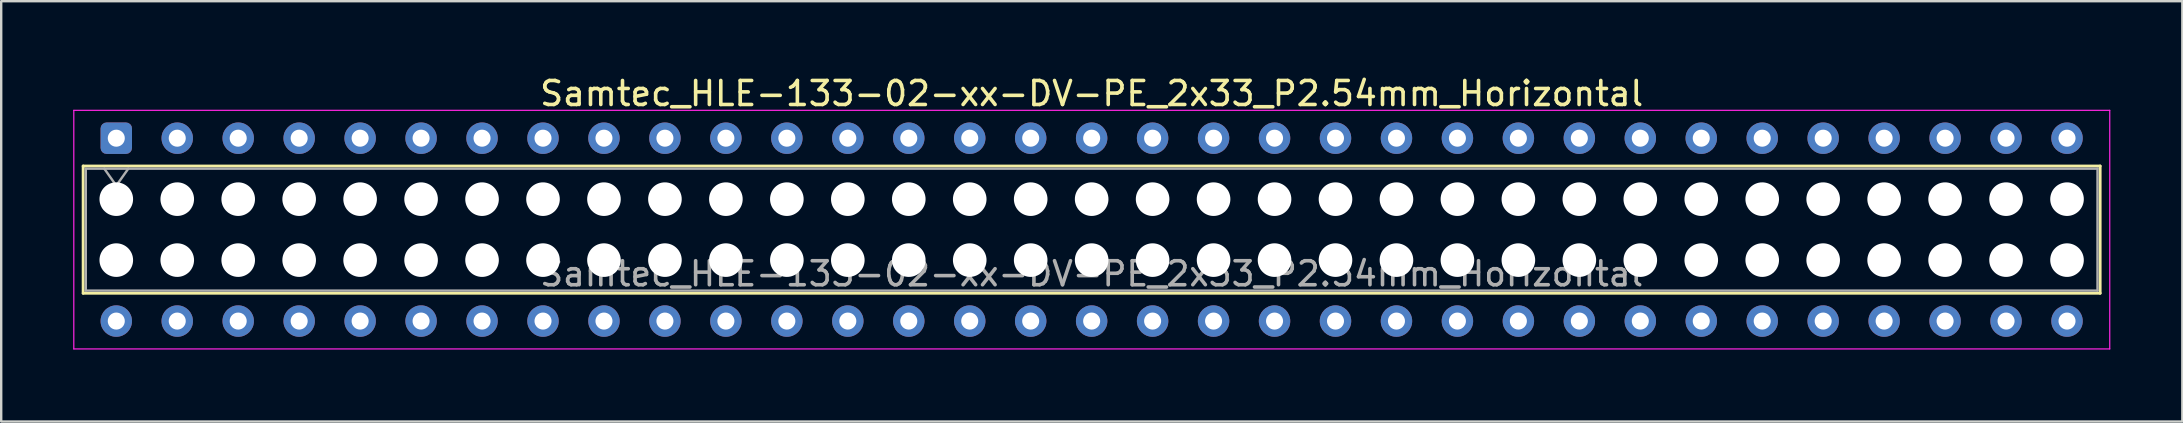
<source format=kicad_pcb>
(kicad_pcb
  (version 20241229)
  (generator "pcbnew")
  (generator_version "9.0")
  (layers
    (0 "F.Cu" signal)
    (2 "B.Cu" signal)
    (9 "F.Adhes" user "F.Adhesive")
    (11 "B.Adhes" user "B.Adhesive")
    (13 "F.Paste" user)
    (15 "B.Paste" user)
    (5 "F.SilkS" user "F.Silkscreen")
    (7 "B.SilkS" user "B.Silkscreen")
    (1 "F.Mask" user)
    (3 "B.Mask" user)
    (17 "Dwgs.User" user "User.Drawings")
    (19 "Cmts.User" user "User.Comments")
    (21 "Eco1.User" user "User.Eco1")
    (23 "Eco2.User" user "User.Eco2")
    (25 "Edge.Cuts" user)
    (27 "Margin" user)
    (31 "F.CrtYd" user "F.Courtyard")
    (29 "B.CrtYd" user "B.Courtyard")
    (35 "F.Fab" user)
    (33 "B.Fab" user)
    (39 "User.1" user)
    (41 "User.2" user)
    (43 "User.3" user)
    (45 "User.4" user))
  (footprint "Samtec_HLE-133-02-xx-DV-PE_2x33_P2.54mm_Horizontal"
    (layer "F.Cu")
    (at 1.795 2.708)
    (property "Reference" "Samtec_HLE-133-02-xx-DV-PE_2x33_P2.54mm_Horizontal" (at 40.64 -1.86 0) (layer "F.SilkS") (effects (font (size 1 1) (thickness 0.15))))
    (attr through_hole)
    (fp_line (start -1.38 1.16) (end 82.66 1.16) (stroke (width 0.12) (type solid)) (layer "F.SilkS"))
    (fp_line (start -1.38 6.46) (end -1.38 1.16) (stroke (width 0.12) (type solid)) (layer "F.SilkS"))
    (fp_line (start 82.66 1.16) (end 82.66 6.46) (stroke (width 0.12) (type solid)) (layer "F.SilkS"))
    (fp_line (start 82.66 6.46) (end -1.38 6.46) (stroke (width 0.12) (type solid)) (layer "F.SilkS"))
    (fp_line (start -1.77 -1.16) (end 83.06 -1.16) (stroke (width 0.05) (type solid)) (layer "F.CrtYd"))
    (fp_line (start -1.77 8.78) (end -1.77 -1.16) (stroke (width 0.05) (type solid)) (layer "F.CrtYd"))
    (fp_line (start 83.06 -1.16) (end 83.06 8.78) (stroke (width 0.05) (type solid)) (layer "F.CrtYd"))
    (fp_line (start 83.06 8.78) (end -1.77 8.78) (stroke (width 0.05) (type solid)) (layer "F.CrtYd"))
    (fp_line (start -1.27 1.27) (end 82.55 1.27) (stroke (width 0.1) (type solid)) (layer "F.Fab"))
    (fp_line (start -1.27 6.35) (end -1.27 1.27) (stroke (width 0.1) (type solid)) (layer "F.Fab"))
    (fp_line (start -0.5 1.27) (end 0 1.977) (stroke (width 0.1) (type solid)) (layer "F.Fab"))
    (fp_line (start 0 1.977) (end 0.5 1.27) (stroke (width 0.1) (type solid)) (layer "F.Fab"))
    (fp_line (start 82.55 1.27) (end 82.55 6.35) (stroke (width 0.1) (type solid)) (layer "F.Fab"))
    (fp_line (start 82.55 6.35) (end -1.27 6.35) (stroke (width 0.1) (type solid)) (layer "F.Fab"))
    (fp_text user "${REFERENCE}" (at 40.64 5.65 0) (layer "F.Fab") (effects (font (size 1 1) (thickness 0.15))))
    (pad "" np_thru_hole circle (at 0 2.54) (size 1.4 1.4) (drill 1.4) (layers "*.Cu" "*.Mask"))
    (pad "" np_thru_hole circle (at 0 5.08) (size 1.4 1.4) (drill 1.4) (layers "*.Cu" "*.Mask"))
    (pad "" np_thru_hole circle (at 2.54 2.54) (size 1.4 1.4) (drill 1.4) (layers "*.Cu" "*.Mask"))
    (pad "" np_thru_hole circle (at 2.54 5.08) (size 1.4 1.4) (drill 1.4) (layers "*.Cu" "*.Mask"))
    (pad "" np_thru_hole circle (at 5.08 2.54) (size 1.4 1.4) (drill 1.4) (layers "*.Cu" "*.Mask"))
    (pad "" np_thru_hole circle (at 5.08 5.08) (size 1.4 1.4) (drill 1.4) (layers "*.Cu" "*.Mask"))
    (pad "" np_thru_hole circle (at 7.62 2.54) (size 1.4 1.4) (drill 1.4) (layers "*.Cu" "*.Mask"))
    (pad "" np_thru_hole circle (at 7.62 5.08) (size 1.4 1.4) (drill 1.4) (layers "*.Cu" "*.Mask"))
    (pad "" np_thru_hole circle (at 10.16 2.54) (size 1.4 1.4) (drill 1.4) (layers "*.Cu" "*.Mask"))
    (pad "" np_thru_hole circle (at 10.16 5.08) (size 1.4 1.4) (drill 1.4) (layers "*.Cu" "*.Mask"))
    (pad "" np_thru_hole circle (at 12.7 2.54) (size 1.4 1.4) (drill 1.4) (layers "*.Cu" "*.Mask"))
    (pad "" np_thru_hole circle (at 12.7 5.08) (size 1.4 1.4) (drill 1.4) (layers "*.Cu" "*.Mask"))
    (pad "" np_thru_hole circle (at 15.24 2.54) (size 1.4 1.4) (drill 1.4) (layers "*.Cu" "*.Mask"))
    (pad "" np_thru_hole circle (at 15.24 5.08) (size 1.4 1.4) (drill 1.4) (layers "*.Cu" "*.Mask"))
    (pad "" np_thru_hole circle (at 17.78 2.54) (size 1.4 1.4) (drill 1.4) (layers "*.Cu" "*.Mask"))
    (pad "" np_thru_hole circle (at 17.78 5.08) (size 1.4 1.4) (drill 1.4) (layers "*.Cu" "*.Mask"))
    (pad "" np_thru_hole circle (at 20.32 2.54) (size 1.4 1.4) (drill 1.4) (layers "*.Cu" "*.Mask"))
    (pad "" np_thru_hole circle (at 20.32 5.08) (size 1.4 1.4) (drill 1.4) (layers "*.Cu" "*.Mask"))
    (pad "" np_thru_hole circle (at 22.86 2.54) (size 1.4 1.4) (drill 1.4) (layers "*.Cu" "*.Mask"))
    (pad "" np_thru_hole circle (at 22.86 5.08) (size 1.4 1.4) (drill 1.4) (layers "*.Cu" "*.Mask"))
    (pad "" np_thru_hole circle (at 25.4 2.54) (size 1.4 1.4) (drill 1.4) (layers "*.Cu" "*.Mask"))
    (pad "" np_thru_hole circle (at 25.4 5.08) (size 1.4 1.4) (drill 1.4) (layers "*.Cu" "*.Mask"))
    (pad "" np_thru_hole circle (at 27.94 2.54) (size 1.4 1.4) (drill 1.4) (layers "*.Cu" "*.Mask"))
    (pad "" np_thru_hole circle (at 27.94 5.08) (size 1.4 1.4) (drill 1.4) (layers "*.Cu" "*.Mask"))
    (pad "" np_thru_hole circle (at 30.48 2.54) (size 1.4 1.4) (drill 1.4) (layers "*.Cu" "*.Mask"))
    (pad "" np_thru_hole circle (at 30.48 5.08) (size 1.4 1.4) (drill 1.4) (layers "*.Cu" "*.Mask"))
    (pad "" np_thru_hole circle (at 33.02 2.54) (size 1.4 1.4) (drill 1.4) (layers "*.Cu" "*.Mask"))
    (pad "" np_thru_hole circle (at 33.02 5.08) (size 1.4 1.4) (drill 1.4) (layers "*.Cu" "*.Mask"))
    (pad "" np_thru_hole circle (at 35.56 2.54) (size 1.4 1.4) (drill 1.4) (layers "*.Cu" "*.Mask"))
    (pad "" np_thru_hole circle (at 35.56 5.08) (size 1.4 1.4) (drill 1.4) (layers "*.Cu" "*.Mask"))
    (pad "" np_thru_hole circle (at 38.1 2.54) (size 1.4 1.4) (drill 1.4) (layers "*.Cu" "*.Mask"))
    (pad "" np_thru_hole circle (at 38.1 5.08) (size 1.4 1.4) (drill 1.4) (layers "*.Cu" "*.Mask"))
    (pad "" np_thru_hole circle (at 40.64 2.54) (size 1.4 1.4) (drill 1.4) (layers "*.Cu" "*.Mask"))
    (pad "" np_thru_hole circle (at 40.64 5.08) (size 1.4 1.4) (drill 1.4) (layers "*.Cu" "*.Mask"))
    (pad "" np_thru_hole circle (at 43.18 2.54) (size 1.4 1.4) (drill 1.4) (layers "*.Cu" "*.Mask"))
    (pad "" np_thru_hole circle (at 43.18 5.08) (size 1.4 1.4) (drill 1.4) (layers "*.Cu" "*.Mask"))
    (pad "" np_thru_hole circle (at 45.72 2.54) (size 1.4 1.4) (drill 1.4) (layers "*.Cu" "*.Mask"))
    (pad "" np_thru_hole circle (at 45.72 5.08) (size 1.4 1.4) (drill 1.4) (layers "*.Cu" "*.Mask"))
    (pad "" np_thru_hole circle (at 48.26 2.54) (size 1.4 1.4) (drill 1.4) (layers "*.Cu" "*.Mask"))
    (pad "" np_thru_hole circle (at 48.26 5.08) (size 1.4 1.4) (drill 1.4) (layers "*.Cu" "*.Mask"))
    (pad "" np_thru_hole circle (at 50.8 2.54) (size 1.4 1.4) (drill 1.4) (layers "*.Cu" "*.Mask"))
    (pad "" np_thru_hole circle (at 50.8 5.08) (size 1.4 1.4) (drill 1.4) (layers "*.Cu" "*.Mask"))
    (pad "" np_thru_hole circle (at 53.34 2.54) (size 1.4 1.4) (drill 1.4) (layers "*.Cu" "*.Mask"))
    (pad "" np_thru_hole circle (at 53.34 5.08) (size 1.4 1.4) (drill 1.4) (layers "*.Cu" "*.Mask"))
    (pad "" np_thru_hole circle (at 55.88 2.54) (size 1.4 1.4) (drill 1.4) (layers "*.Cu" "*.Mask"))
    (pad "" np_thru_hole circle (at 55.88 5.08) (size 1.4 1.4) (drill 1.4) (layers "*.Cu" "*.Mask"))
    (pad "" np_thru_hole circle (at 58.42 2.54) (size 1.4 1.4) (drill 1.4) (layers "*.Cu" "*.Mask"))
    (pad "" np_thru_hole circle (at 58.42 5.08) (size 1.4 1.4) (drill 1.4) (layers "*.Cu" "*.Mask"))
    (pad "" np_thru_hole circle (at 60.96 2.54) (size 1.4 1.4) (drill 1.4) (layers "*.Cu" "*.Mask"))
    (pad "" np_thru_hole circle (at 60.96 5.08) (size 1.4 1.4) (drill 1.4) (layers "*.Cu" "*.Mask"))
    (pad "" np_thru_hole circle (at 63.5 2.54) (size 1.4 1.4) (drill 1.4) (layers "*.Cu" "*.Mask"))
    (pad "" np_thru_hole circle (at 63.5 5.08) (size 1.4 1.4) (drill 1.4) (layers "*.Cu" "*.Mask"))
    (pad "" np_thru_hole circle (at 66.04 2.54) (size 1.4 1.4) (drill 1.4) (layers "*.Cu" "*.Mask"))
    (pad "" np_thru_hole circle (at 66.04 5.08) (size 1.4 1.4) (drill 1.4) (layers "*.Cu" "*.Mask"))
    (pad "" np_thru_hole circle (at 68.58 2.54) (size 1.4 1.4) (drill 1.4) (layers "*.Cu" "*.Mask"))
    (pad "" np_thru_hole circle (at 68.58 5.08) (size 1.4 1.4) (drill 1.4) (layers "*.Cu" "*.Mask"))
    (pad "" np_thru_hole circle (at 71.12 2.54) (size 1.4 1.4) (drill 1.4) (layers "*.Cu" "*.Mask"))
    (pad "" np_thru_hole circle (at 71.12 5.08) (size 1.4 1.4) (drill 1.4) (layers "*.Cu" "*.Mask"))
    (pad "" np_thru_hole circle (at 73.66 2.54) (size 1.4 1.4) (drill 1.4) (layers "*.Cu" "*.Mask"))
    (pad "" np_thru_hole circle (at 73.66 5.08) (size 1.4 1.4) (drill 1.4) (layers "*.Cu" "*.Mask"))
    (pad "" np_thru_hole circle (at 76.2 2.54) (size 1.4 1.4) (drill 1.4) (layers "*.Cu" "*.Mask"))
    (pad "" np_thru_hole circle (at 76.2 5.08) (size 1.4 1.4) (drill 1.4) (layers "*.Cu" "*.Mask"))
    (pad "" np_thru_hole circle (at 78.74 2.54) (size 1.4 1.4) (drill 1.4) (layers "*.Cu" "*.Mask"))
    (pad "" np_thru_hole circle (at 78.74 5.08) (size 1.4 1.4) (drill 1.4) (layers "*.Cu" "*.Mask"))
    (pad "" np_thru_hole circle (at 81.28 2.54) (size 1.4 1.4) (drill 1.4) (layers "*.Cu" "*.Mask"))
    (pad "" np_thru_hole circle (at 81.28 5.08) (size 1.4 1.4) (drill 1.4) (layers "*.Cu" "*.Mask"))
    (pad "1" thru_hole roundrect (at 0 0) (size 1.31 1.31) (drill 0.71) (layers "*.Cu" "*.Mask") (roundrect_rratio 0.191))
    (pad "2" thru_hole circle (at 0 7.62) (size 1.31 1.31) (drill 0.71) (layers "*.Cu" "*.Mask"))
    (pad "3" thru_hole circle (at 2.54 0) (size 1.31 1.31) (drill 0.71) (layers "*.Cu" "*.Mask"))
    (pad "4" thru_hole circle (at 2.54 7.62) (size 1.31 1.31) (drill 0.71) (layers "*.Cu" "*.Mask"))
    (pad "5" thru_hole circle (at 5.08 0) (size 1.31 1.31) (drill 0.71) (layers "*.Cu" "*.Mask"))
    (pad "6" thru_hole circle (at 5.08 7.62) (size 1.31 1.31) (drill 0.71) (layers "*.Cu" "*.Mask"))
    (pad "7" thru_hole circle (at 7.62 0) (size 1.31 1.31) (drill 0.71) (layers "*.Cu" "*.Mask"))
    (pad "8" thru_hole circle (at 7.62 7.62) (size 1.31 1.31) (drill 0.71) (layers "*.Cu" "*.Mask"))
    (pad "9" thru_hole circle (at 10.16 0) (size 1.31 1.31) (drill 0.71) (layers "*.Cu" "*.Mask"))
    (pad "10" thru_hole circle (at 10.16 7.62) (size 1.31 1.31) (drill 0.71) (layers "*.Cu" "*.Mask"))
    (pad "11" thru_hole circle (at 12.7 0) (size 1.31 1.31) (drill 0.71) (layers "*.Cu" "*.Mask"))
    (pad "12" thru_hole circle (at 12.7 7.62) (size 1.31 1.31) (drill 0.71) (layers "*.Cu" "*.Mask"))
    (pad "13" thru_hole circle (at 15.24 0) (size 1.31 1.31) (drill 0.71) (layers "*.Cu" "*.Mask"))
    (pad "14" thru_hole circle (at 15.24 7.62) (size 1.31 1.31) (drill 0.71) (layers "*.Cu" "*.Mask"))
    (pad "15" thru_hole circle (at 17.78 0) (size 1.31 1.31) (drill 0.71) (layers "*.Cu" "*.Mask"))
    (pad "16" thru_hole circle (at 17.78 7.62) (size 1.31 1.31) (drill 0.71) (layers "*.Cu" "*.Mask"))
    (pad "17" thru_hole circle (at 20.32 0) (size 1.31 1.31) (drill 0.71) (layers "*.Cu" "*.Mask"))
    (pad "18" thru_hole circle (at 20.32 7.62) (size 1.31 1.31) (drill 0.71) (layers "*.Cu" "*.Mask"))
    (pad "19" thru_hole circle (at 22.86 0) (size 1.31 1.31) (drill 0.71) (layers "*.Cu" "*.Mask"))
    (pad "20" thru_hole circle (at 22.86 7.62) (size 1.31 1.31) (drill 0.71) (layers "*.Cu" "*.Mask"))
    (pad "21" thru_hole circle (at 25.4 0) (size 1.31 1.31) (drill 0.71) (layers "*.Cu" "*.Mask"))
    (pad "22" thru_hole circle (at 25.4 7.62) (size 1.31 1.31) (drill 0.71) (layers "*.Cu" "*.Mask"))
    (pad "23" thru_hole circle (at 27.94 0) (size 1.31 1.31) (drill 0.71) (layers "*.Cu" "*.Mask"))
    (pad "24" thru_hole circle (at 27.94 7.62) (size 1.31 1.31) (drill 0.71) (layers "*.Cu" "*.Mask"))
    (pad "25" thru_hole circle (at 30.48 0) (size 1.31 1.31) (drill 0.71) (layers "*.Cu" "*.Mask"))
    (pad "26" thru_hole circle (at 30.48 7.62) (size 1.31 1.31) (drill 0.71) (layers "*.Cu" "*.Mask"))
    (pad "27" thru_hole circle (at 33.02 0) (size 1.31 1.31) (drill 0.71) (layers "*.Cu" "*.Mask"))
    (pad "28" thru_hole circle (at 33.02 7.62) (size 1.31 1.31) (drill 0.71) (layers "*.Cu" "*.Mask"))
    (pad "29" thru_hole circle (at 35.56 0) (size 1.31 1.31) (drill 0.71) (layers "*.Cu" "*.Mask"))
    (pad "30" thru_hole circle (at 35.56 7.62) (size 1.31 1.31) (drill 0.71) (layers "*.Cu" "*.Mask"))
    (pad "31" thru_hole circle (at 38.1 0) (size 1.31 1.31) (drill 0.71) (layers "*.Cu" "*.Mask"))
    (pad "32" thru_hole circle (at 38.1 7.62) (size 1.31 1.31) (drill 0.71) (layers "*.Cu" "*.Mask"))
    (pad "33" thru_hole circle (at 40.64 0) (size 1.31 1.31) (drill 0.71) (layers "*.Cu" "*.Mask"))
    (pad "34" thru_hole circle (at 40.64 7.62) (size 1.31 1.31) (drill 0.71) (layers "*.Cu" "*.Mask"))
    (pad "35" thru_hole circle (at 43.18 0) (size 1.31 1.31) (drill 0.71) (layers "*.Cu" "*.Mask"))
    (pad "36" thru_hole circle (at 43.18 7.62) (size 1.31 1.31) (drill 0.71) (layers "*.Cu" "*.Mask"))
    (pad "37" thru_hole circle (at 45.72 0) (size 1.31 1.31) (drill 0.71) (layers "*.Cu" "*.Mask"))
    (pad "38" thru_hole circle (at 45.72 7.62) (size 1.31 1.31) (drill 0.71) (layers "*.Cu" "*.Mask"))
    (pad "39" thru_hole circle (at 48.26 0) (size 1.31 1.31) (drill 0.71) (layers "*.Cu" "*.Mask"))
    (pad "40" thru_hole circle (at 48.26 7.62) (size 1.31 1.31) (drill 0.71) (layers "*.Cu" "*.Mask"))
    (pad "41" thru_hole circle (at 50.8 0) (size 1.31 1.31) (drill 0.71) (layers "*.Cu" "*.Mask"))
    (pad "42" thru_hole circle (at 50.8 7.62) (size 1.31 1.31) (drill 0.71) (layers "*.Cu" "*.Mask"))
    (pad "43" thru_hole circle (at 53.34 0) (size 1.31 1.31) (drill 0.71) (layers "*.Cu" "*.Mask"))
    (pad "44" thru_hole circle (at 53.34 7.62) (size 1.31 1.31) (drill 0.71) (layers "*.Cu" "*.Mask"))
    (pad "45" thru_hole circle (at 55.88 0) (size 1.31 1.31) (drill 0.71) (layers "*.Cu" "*.Mask"))
    (pad "46" thru_hole circle (at 55.88 7.62) (size 1.31 1.31) (drill 0.71) (layers "*.Cu" "*.Mask"))
    (pad "47" thru_hole circle (at 58.42 0) (size 1.31 1.31) (drill 0.71) (layers "*.Cu" "*.Mask"))
    (pad "48" thru_hole circle (at 58.42 7.62) (size 1.31 1.31) (drill 0.71) (layers "*.Cu" "*.Mask"))
    (pad "49" thru_hole circle (at 60.96 0) (size 1.31 1.31) (drill 0.71) (layers "*.Cu" "*.Mask"))
    (pad "50" thru_hole circle (at 60.96 7.62) (size 1.31 1.31) (drill 0.71) (layers "*.Cu" "*.Mask"))
    (pad "51" thru_hole circle (at 63.5 0) (size 1.31 1.31) (drill 0.71) (layers "*.Cu" "*.Mask"))
    (pad "52" thru_hole circle (at 63.5 7.62) (size 1.31 1.31) (drill 0.71) (layers "*.Cu" "*.Mask"))
    (pad "53" thru_hole circle (at 66.04 0) (size 1.31 1.31) (drill 0.71) (layers "*.Cu" "*.Mask"))
    (pad "54" thru_hole circle (at 66.04 7.62) (size 1.31 1.31) (drill 0.71) (layers "*.Cu" "*.Mask"))
    (pad "55" thru_hole circle (at 68.58 0) (size 1.31 1.31) (drill 0.71) (layers "*.Cu" "*.Mask"))
    (pad "56" thru_hole circle (at 68.58 7.62) (size 1.31 1.31) (drill 0.71) (layers "*.Cu" "*.Mask"))
    (pad "57" thru_hole circle (at 71.12 0) (size 1.31 1.31) (drill 0.71) (layers "*.Cu" "*.Mask"))
    (pad "58" thru_hole circle (at 71.12 7.62) (size 1.31 1.31) (drill 0.71) (layers "*.Cu" "*.Mask"))
    (pad "59" thru_hole circle (at 73.66 0) (size 1.31 1.31) (drill 0.71) (layers "*.Cu" "*.Mask"))
    (pad "60" thru_hole circle (at 73.66 7.62) (size 1.31 1.31) (drill 0.71) (layers "*.Cu" "*.Mask"))
    (pad "61" thru_hole circle (at 76.2 0) (size 1.31 1.31) (drill 0.71) (layers "*.Cu" "*.Mask"))
    (pad "62" thru_hole circle (at 76.2 7.62) (size 1.31 1.31) (drill 0.71) (layers "*.Cu" "*.Mask"))
    (pad "63" thru_hole circle (at 78.74 0) (size 1.31 1.31) (drill 0.71) (layers "*.Cu" "*.Mask"))
    (pad "64" thru_hole circle (at 78.74 7.62) (size 1.31 1.31) (drill 0.71) (layers "*.Cu" "*.Mask"))
    (pad "65" thru_hole circle (at 81.28 0) (size 1.31 1.31) (drill 0.71) (layers "*.Cu" "*.Mask"))
    (pad "66" thru_hole circle (at 81.28 7.62) (size 1.31 1.31) (drill 0.71) (layers "*.Cu" "*.Mask")))
  (gr_rect
    (start -3 -3)
    (end 87.88 14.513)
    (stroke (width 0.1) (type default))
    (fill no)
    (layer "Edge.Cuts")))
</source>
